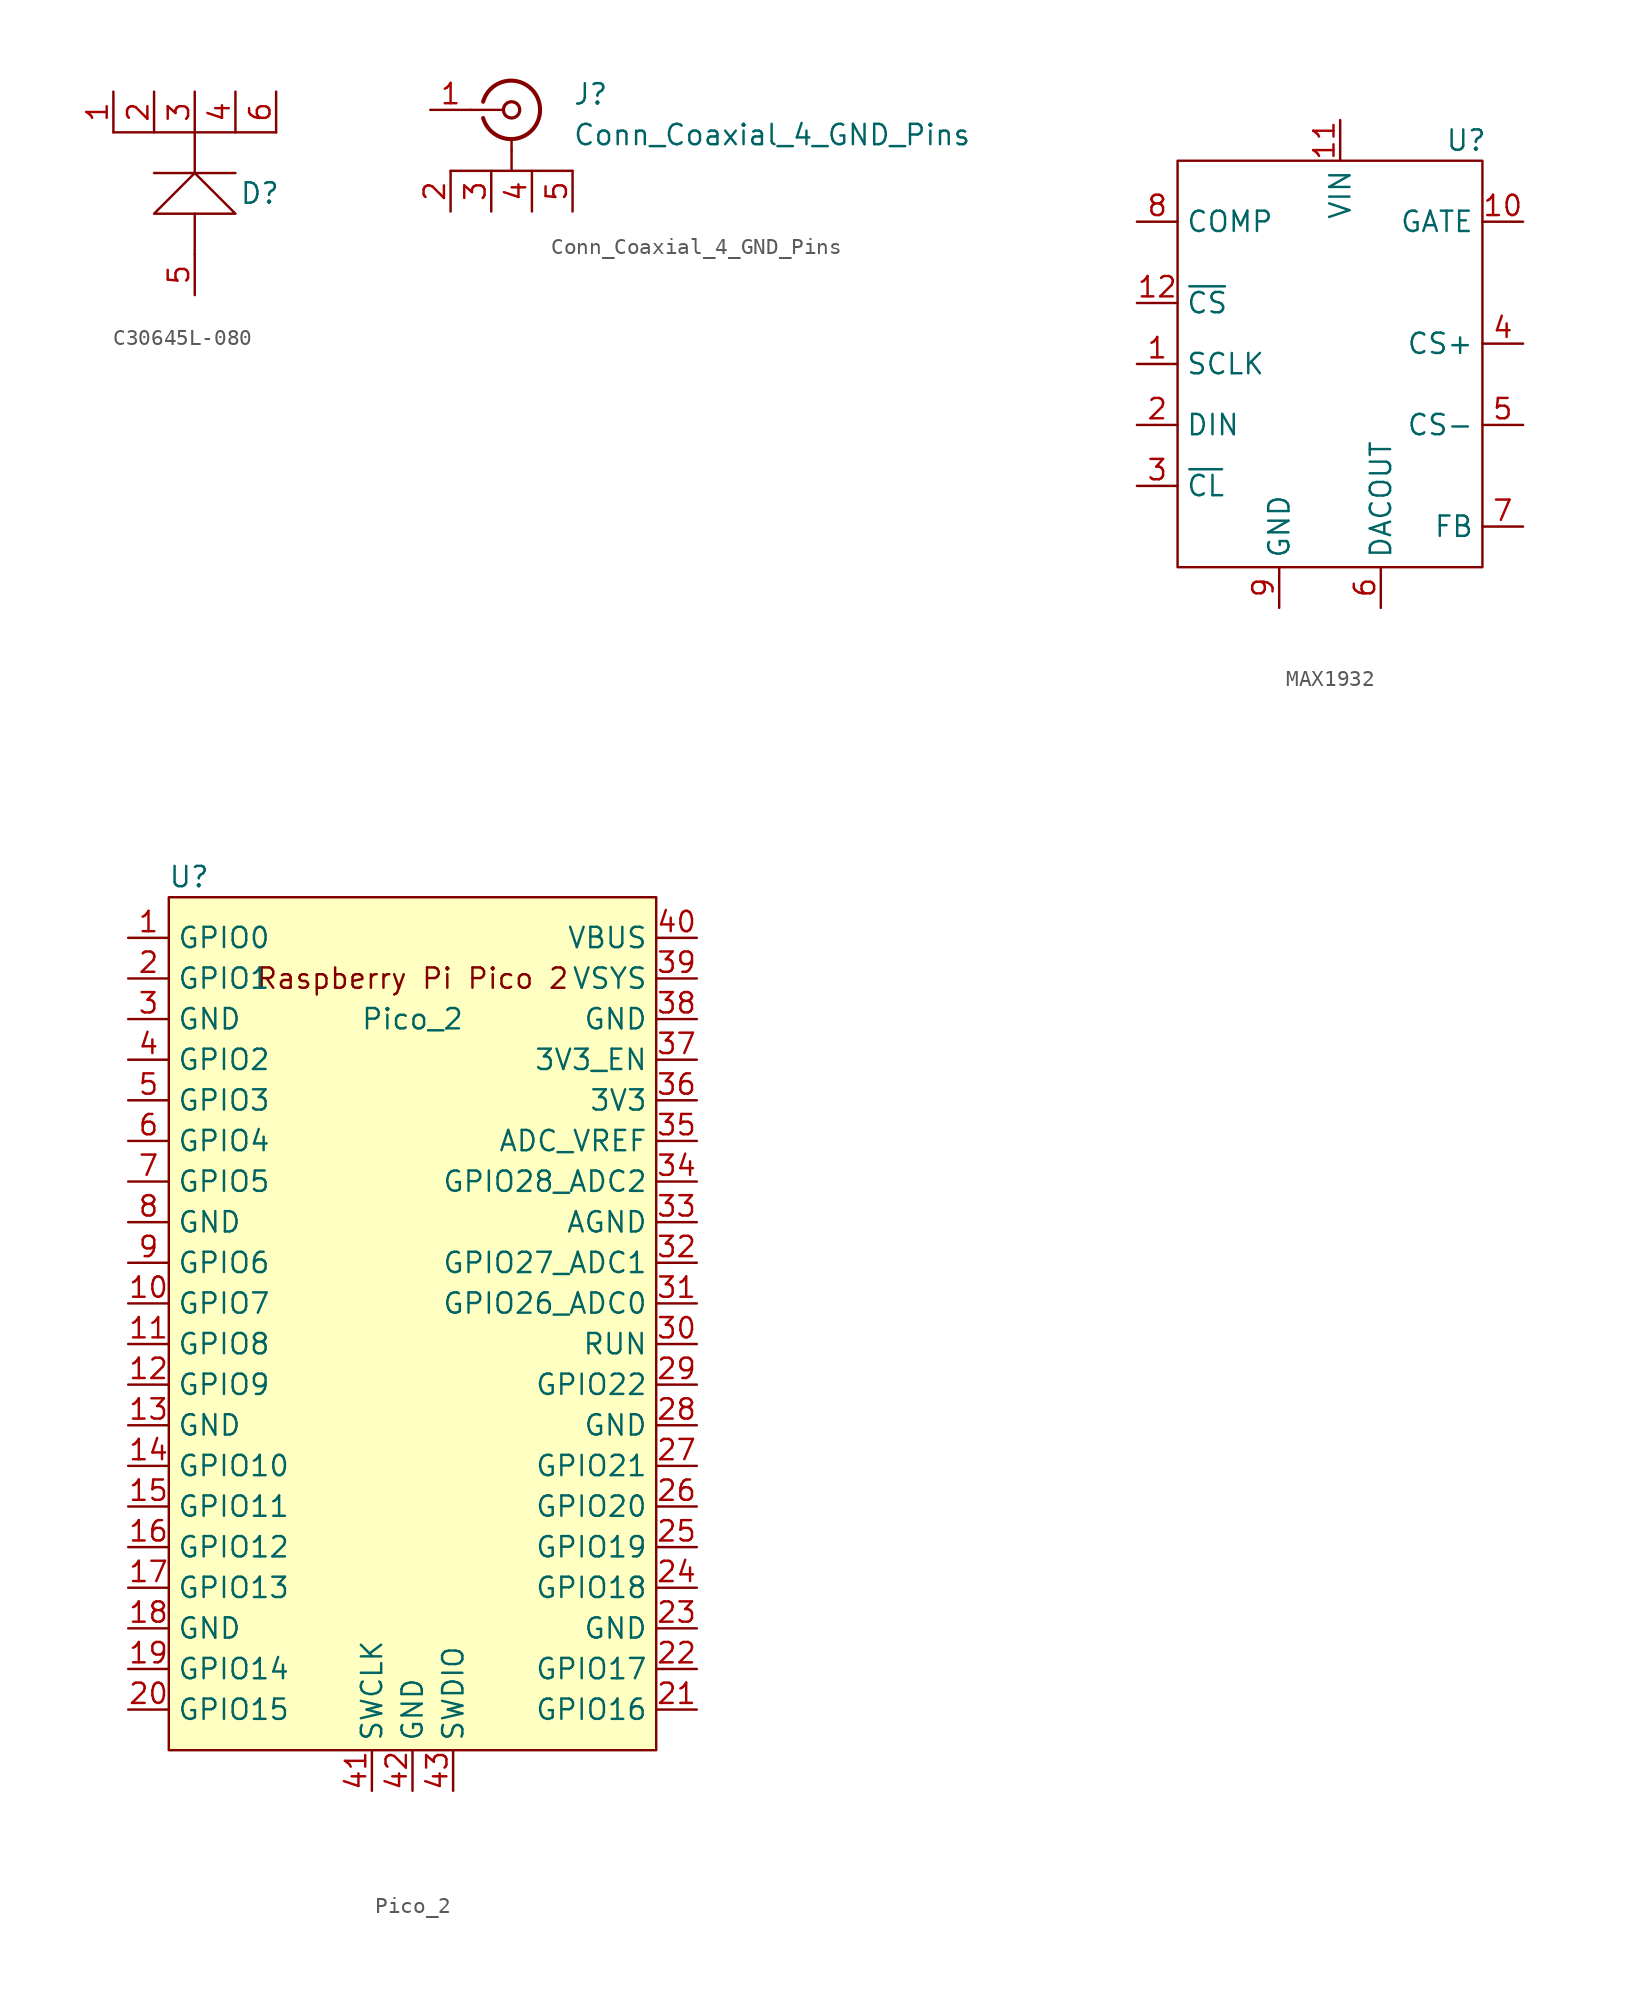
<source format=kicad_sym>
(kicad_symbol_lib
  (version 20241209)
  (generator "kicad_symbol_editor")
  (generator_version "9.0")
  (symbol "C30645L-080"
    (property "Reference" "D"
      (at 9.144 -10.16 0)
      (effects (font (size 1.27 1.27))))
    (property "Value" ""
      (at 0 -3.81 0)
      (effects (font (size 1.27 1.27))))
    (symbol "C30645L-080_0_1"
      (polyline (pts (xy 5.08 -6.35) (xy 5.08 -8.89) (xy 2.54 -8.89) (xy 7.62 -8.89) (xy 5.08 -8.89) (xy 2.54 -11.43) (xy 7.62 -11.43) (xy 5.08 -8.89) (xy 3.81 -8.89)) (stroke (width 0) (type default)) (fill (type none)))
      (polyline (pts (xy 5.08 -11.43) (xy 5.08 -13.97)) (stroke (width 0) (type default)) (fill (type none)))
      (polyline (pts (xy 10.16 -6.35) (xy 0 -6.35)) (stroke (width 0) (type default)) (fill (type none))))
    (symbol "C30645L-080_1_1"
      (pin input line (at 0 -3.81 270) (length 2.54) (name "" (effects (font (size 1.27 1.27)))) (number "1" (effects (font (size 1.27 1.27)))))
      (pin input line (at 2.54 -3.81 270) (length 2.54) (name "" (effects (font (size 1.27 1.27)))) (number "2" (effects (font (size 1.27 1.27)))))
      (pin input line (at 5.08 -3.81 270) (length 2.54) (name "" (effects (font (size 1.27 1.27)))) (number "3" (effects (font (size 1.27 1.27)))))
      (pin output line (at 5.08 -16.51 90) (length 2.54) (name "" (effects (font (size 1.27 1.27)))) (number "5" (effects (font (size 1.27 1.27)))))
      (pin input line (at 7.62 -3.81 270) (length 2.54) (name "" (effects (font (size 1.27 1.27)))) (number "4" (effects (font (size 1.27 1.27)))))
      (pin input line (at 10.16 -3.81 270) (length 2.54) (name "" (effects (font (size 1.27 1.27)))) (number "6" (effects (font (size 1.27 1.27)))))))
  (symbol "Conn_Coaxial_4_GND_Pins"
    (pin_names
      (offset 1.016)
      (hide yes))
    (property "Reference" "J"
      (at 3.81 0.977 0)
      (effects (font (size 1.27 1.27)) (justify left)))
    (property "Value" "Conn_Coaxial_4_GND_Pins"
      (at 3.81 -1.563 0)
      (effects (font (size 1.27 1.27)) (justify left)))
    (symbol "Conn_Coaxial_4_GND_Pins_0_1"
      (polyline (pts (xy -2.54 0) (xy -0.508 0)) (stroke (width 0) (type default)) (fill (type none)))
      (arc (start 1.778 0) (mid 0.222 -1.8079) (end -1.778 -0.508) (stroke (width 0.254) (type default)) (fill (type none)))
      (arc (start -1.778 0.508) (mid 0.2221 1.8084) (end 1.778 0) (stroke (width 0.254) (type default)) (fill (type none)))
      (circle (center 0 0) (radius 0.508) (stroke (width 0.203) (type default)) (fill (type none)))
      (polyline (pts (xy 0 -2.54) (xy 0 -1.778)) (stroke (width 0) (type default)) (fill (type none)))
      (polyline (pts (xy 3.81 -3.81) (xy -3.81 -3.81) (xy 0 -3.81) (xy 0 -2.54)) (stroke (width 0) (type default)) (fill (type none))))
    (symbol "Conn_Coaxial_4_GND_Pins_1_1"
      (pin passive line (at -5.08 0 0) (length 2.54) (name "In" (effects (font (size 1.27 1.27)))) (number "1" (effects (font (size 1.27 1.27)))))
      (pin passive line (at -3.81 -6.35 90) (length 2.54) (name "Ext" (effects (font (size 1.27 1.27)))) (number "2" (effects (font (size 1.27 1.27)))))
      (pin passive line (at -1.27 -6.35 90) (length 2.54) (name "Ext" (effects (font (size 1.27 1.27)))) (number "3" (effects (font (size 1.27 1.27)))))
      (pin passive line (at 1.27 -6.35 90) (length 2.54) (name "Ext" (effects (font (size 1.27 1.27)))) (number "4" (effects (font (size 1.27 1.27)))))
      (pin passive line (at 3.81 -6.35 90) (length 2.54) (name "Ext" (effects (font (size 1.27 1.27)))) (number "5" (effects (font (size 1.27 1.27)))))))
  (symbol "MAX1932"
    (property "Reference" "U"
      (at 18.034 -1.27 0)
      (effects (font (size 1.27 1.27))))
    (property "Value" ""
      (at 0 -7.62 0)
      (effects (font (size 1.27 1.27))))
    (symbol "MAX1932_0_1"
      (rectangle (start 0 -2.54) (end 19.05 -27.94) (stroke (width 0) (type default)) (fill (type none))))
    (symbol "MAX1932_1_1"
      (pin bidirectional line (at -2.54 -6.35 0) (length 2.54) (name "COMP" (effects (font (size 1.27 1.27)))) (number "8" (effects (font (size 1.27 1.27)))))
      (pin input line (at -2.54 -11.43 0) (length 2.54) (name "~{CS}" (effects (font (size 1.27 1.27)))) (number "12" (effects (font (size 1.27 1.27)))))
      (pin input line (at -2.54 -15.24 0) (length 2.54) (name "SCLK" (effects (font (size 1.27 1.27)))) (number "1" (effects (font (size 1.27 1.27)))))
      (pin input line (at -2.54 -19.05 0) (length 2.54) (name "DIN" (effects (font (size 1.27 1.27)))) (number "2" (effects (font (size 1.27 1.27)))))
      (pin output line (at -2.54 -22.86 0) (length 2.54) (name "~{CL}" (effects (font (size 1.27 1.27)))) (number "3" (effects (font (size 1.27 1.27)))))
      (pin passive line (at 6.35 -30.48 90) (length 2.54) (name "GND" (effects (font (size 1.27 1.27)))) (number "9" (effects (font (size 1.27 1.27)))))
      (pin power_in line (at 10.16 0 270) (length 2.54) (name "VIN" (effects (font (size 1.27 1.27)))) (number "11" (effects (font (size 1.27 1.27)))))
      (pin bidirectional line (at 12.7 -30.48 90) (length 2.54) (name "DACOUT" (effects (font (size 1.27 1.27)))) (number "6" (effects (font (size 1.27 1.27)))))
      (pin output line (at 21.59 -6.35 180) (length 2.54) (name "GATE" (effects (font (size 1.27 1.27)))) (number "10" (effects (font (size 1.27 1.27)))))
      (pin bidirectional line (at 21.59 -13.97 180) (length 2.54) (name "CS+" (effects (font (size 1.27 1.27)))) (number "4" (effects (font (size 1.27 1.27)))))
      (pin bidirectional line (at 21.59 -19.05 180) (length 2.54) (name "CS-" (effects (font (size 1.27 1.27)))) (number "5" (effects (font (size 1.27 1.27)))))
      (pin bidirectional line (at 21.59 -25.4 180) (length 2.54) (name "FB" (effects (font (size 1.27 1.27)))) (number "7" (effects (font (size 1.27 1.27)))))))
  (symbol "Pico_2"
    (property "Reference" "U"
      (at -13.97 27.94 0)
      (effects (font (size 1.27 1.27))))
    (property "Value" "Pico_2"
      (at 0 19.05 0)
      (effects (font (size 1.27 1.27))))
    (symbol "Pico_2_0_1"
      (rectangle (start -15.24 26.67) (end 15.24 -26.67) (stroke (width 0) (type default)) (fill (type background))))
    (symbol "Pico_2_1_0"
      (text "Raspberry Pi Pico 2" (at 0 21.59 0) (effects (font (size 1.27 1.27)))))
    (symbol "Pico_2_1_1"
      (pin bidirectional line (at -17.78 24.13 0) (length 2.54) (name "GPIO0" (effects (font (size 1.27 1.27)))) (number "1" (effects (font (size 1.27 1.27)))))
      (pin bidirectional line (at -17.78 21.59 0) (length 2.54) (name "GPIO1" (effects (font (size 1.27 1.27)))) (number "2" (effects (font (size 1.27 1.27)))))
      (pin power_in line (at -17.78 19.05 0) (length 2.54) (name "GND" (effects (font (size 1.27 1.27)))) (number "3" (effects (font (size 1.27 1.27)))))
      (pin bidirectional line (at -17.78 16.51 0) (length 2.54) (name "GPIO2" (effects (font (size 1.27 1.27)))) (number "4" (effects (font (size 1.27 1.27)))))
      (pin bidirectional line (at -17.78 13.97 0) (length 2.54) (name "GPIO3" (effects (font (size 1.27 1.27)))) (number "5" (effects (font (size 1.27 1.27)))))
      (pin bidirectional line (at -17.78 11.43 0) (length 2.54) (name "GPIO4" (effects (font (size 1.27 1.27)))) (number "6" (effects (font (size 1.27 1.27)))))
      (pin bidirectional line (at -17.78 8.89 0) (length 2.54) (name "GPIO5" (effects (font (size 1.27 1.27)))) (number "7" (effects (font (size 1.27 1.27)))))
      (pin power_in line (at -17.78 6.35 0) (length 2.54) (name "GND" (effects (font (size 1.27 1.27)))) (number "8" (effects (font (size 1.27 1.27)))))
      (pin bidirectional line (at -17.78 3.81 0) (length 2.54) (name "GPIO6" (effects (font (size 1.27 1.27)))) (number "9" (effects (font (size 1.27 1.27)))))
      (pin bidirectional line (at -17.78 1.27 0) (length 2.54) (name "GPIO7" (effects (font (size 1.27 1.27)))) (number "10" (effects (font (size 1.27 1.27)))))
      (pin bidirectional line (at -17.78 -1.27 0) (length 2.54) (name "GPIO8" (effects (font (size 1.27 1.27)))) (number "11" (effects (font (size 1.27 1.27)))))
      (pin bidirectional line (at -17.78 -3.81 0) (length 2.54) (name "GPIO9" (effects (font (size 1.27 1.27)))) (number "12" (effects (font (size 1.27 1.27)))))
      (pin power_in line (at -17.78 -6.35 0) (length 2.54) (name "GND" (effects (font (size 1.27 1.27)))) (number "13" (effects (font (size 1.27 1.27)))))
      (pin bidirectional line (at -17.78 -8.89 0) (length 2.54) (name "GPIO10" (effects (font (size 1.27 1.27)))) (number "14" (effects (font (size 1.27 1.27)))))
      (pin bidirectional line (at -17.78 -11.43 0) (length 2.54) (name "GPIO11" (effects (font (size 1.27 1.27)))) (number "15" (effects (font (size 1.27 1.27)))))
      (pin bidirectional line (at -17.78 -13.97 0) (length 2.54) (name "GPIO12" (effects (font (size 1.27 1.27)))) (number "16" (effects (font (size 1.27 1.27)))))
      (pin bidirectional line (at -17.78 -16.51 0) (length 2.54) (name "GPIO13" (effects (font (size 1.27 1.27)))) (number "17" (effects (font (size 1.27 1.27)))))
      (pin power_in line (at -17.78 -19.05 0) (length 2.54) (name "GND" (effects (font (size 1.27 1.27)))) (number "18" (effects (font (size 1.27 1.27)))))
      (pin bidirectional line (at -17.78 -21.59 0) (length 2.54) (name "GPIO14" (effects (font (size 1.27 1.27)))) (number "19" (effects (font (size 1.27 1.27)))))
      (pin bidirectional line (at -17.78 -24.13 0) (length 2.54) (name "GPIO15" (effects (font (size 1.27 1.27)))) (number "20" (effects (font (size 1.27 1.27)))))
      (pin input line (at -2.54 -29.21 90) (length 2.54) (name "SWCLK" (effects (font (size 1.27 1.27)))) (number "41" (effects (font (size 1.27 1.27)))))
      (pin power_in line (at 0 -29.21 90) (length 2.54) (name "GND" (effects (font (size 1.27 1.27)))) (number "42" (effects (font (size 1.27 1.27)))))
      (pin bidirectional line (at 2.54 -29.21 90) (length 2.54) (name "SWDIO" (effects (font (size 1.27 1.27)))) (number "43" (effects (font (size 1.27 1.27)))))
      (pin power_in line (at 17.78 24.13 180) (length 2.54) (name "VBUS" (effects (font (size 1.27 1.27)))) (number "40" (effects (font (size 1.27 1.27)))))
      (pin power_in line (at 17.78 21.59 180) (length 2.54) (name "VSYS" (effects (font (size 1.27 1.27)))) (number "39" (effects (font (size 1.27 1.27)))))
      (pin bidirectional line (at 17.78 19.05 180) (length 2.54) (name "GND" (effects (font (size 1.27 1.27)))) (number "38" (effects (font (size 1.27 1.27)))))
      (pin input line (at 17.78 16.51 180) (length 2.54) (name "3V3_EN" (effects (font (size 1.27 1.27)))) (number "37" (effects (font (size 1.27 1.27)))))
      (pin power_in line (at 17.78 13.97 180) (length 2.54) (name "3V3" (effects (font (size 1.27 1.27)))) (number "36" (effects (font (size 1.27 1.27)))))
      (pin power_in line (at 17.78 11.43 180) (length 2.54) (name "ADC_VREF" (effects (font (size 1.27 1.27)))) (number "35" (effects (font (size 1.27 1.27)))))
      (pin bidirectional line (at 17.78 8.89 180) (length 2.54) (name "GPIO28_ADC2" (effects (font (size 1.27 1.27)))) (number "34" (effects (font (size 1.27 1.27)))))
      (pin power_in line (at 17.78 6.35 180) (length 2.54) (name "AGND" (effects (font (size 1.27 1.27)))) (number "33" (effects (font (size 1.27 1.27)))))
      (pin bidirectional line (at 17.78 3.81 180) (length 2.54) (name "GPIO27_ADC1" (effects (font (size 1.27 1.27)))) (number "32" (effects (font (size 1.27 1.27)))))
      (pin bidirectional line (at 17.78 1.27 180) (length 2.54) (name "GPIO26_ADC0" (effects (font (size 1.27 1.27)))) (number "31" (effects (font (size 1.27 1.27)))))
      (pin input line (at 17.78 -1.27 180) (length 2.54) (name "RUN" (effects (font (size 1.27 1.27)))) (number "30" (effects (font (size 1.27 1.27)))))
      (pin bidirectional line (at 17.78 -3.81 180) (length 2.54) (name "GPIO22" (effects (font (size 1.27 1.27)))) (number "29" (effects (font (size 1.27 1.27)))))
      (pin power_in line (at 17.78 -6.35 180) (length 2.54) (name "GND" (effects (font (size 1.27 1.27)))) (number "28" (effects (font (size 1.27 1.27)))))
      (pin bidirectional line (at 17.78 -8.89 180) (length 2.54) (name "GPIO21" (effects (font (size 1.27 1.27)))) (number "27" (effects (font (size 1.27 1.27)))))
      (pin bidirectional line (at 17.78 -11.43 180) (length 2.54) (name "GPIO20" (effects (font (size 1.27 1.27)))) (number "26" (effects (font (size 1.27 1.27)))))
      (pin bidirectional line (at 17.78 -13.97 180) (length 2.54) (name "GPIO19" (effects (font (size 1.27 1.27)))) (number "25" (effects (font (size 1.27 1.27)))))
      (pin bidirectional line (at 17.78 -16.51 180) (length 2.54) (name "GPIO18" (effects (font (size 1.27 1.27)))) (number "24" (effects (font (size 1.27 1.27)))))
      (pin power_in line (at 17.78 -19.05 180) (length 2.54) (name "GND" (effects (font (size 1.27 1.27)))) (number "23" (effects (font (size 1.27 1.27)))))
      (pin bidirectional line (at 17.78 -21.59 180) (length 2.54) (name "GPIO17" (effects (font (size 1.27 1.27)))) (number "22" (effects (font (size 1.27 1.27)))))
      (pin bidirectional line (at 17.78 -24.13 180) (length 2.54) (name "GPIO16" (effects (font (size 1.27 1.27)))) (number "21" (effects (font (size 1.27 1.27))))))))
</source>
